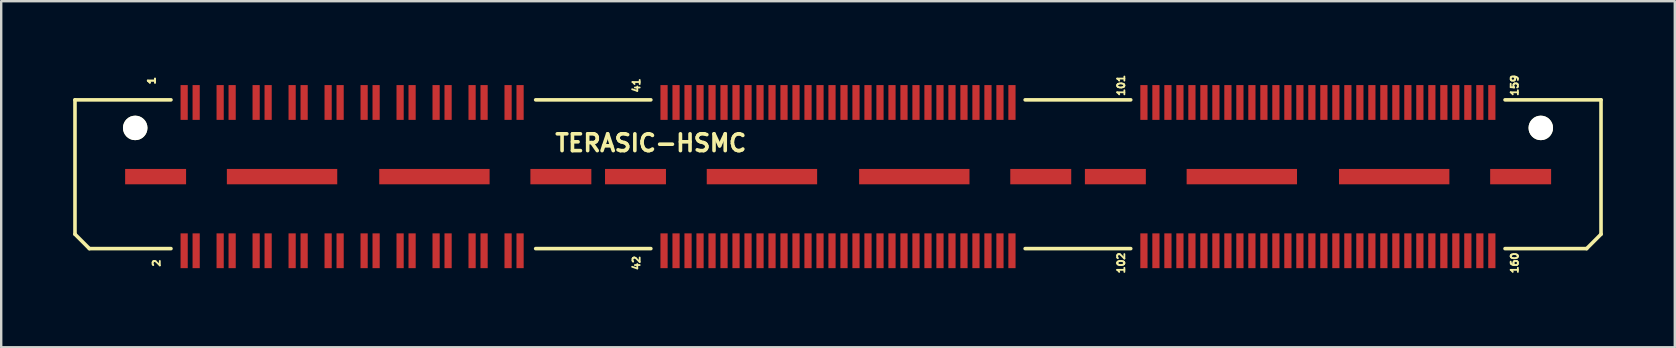
<source format=kicad_pcb>
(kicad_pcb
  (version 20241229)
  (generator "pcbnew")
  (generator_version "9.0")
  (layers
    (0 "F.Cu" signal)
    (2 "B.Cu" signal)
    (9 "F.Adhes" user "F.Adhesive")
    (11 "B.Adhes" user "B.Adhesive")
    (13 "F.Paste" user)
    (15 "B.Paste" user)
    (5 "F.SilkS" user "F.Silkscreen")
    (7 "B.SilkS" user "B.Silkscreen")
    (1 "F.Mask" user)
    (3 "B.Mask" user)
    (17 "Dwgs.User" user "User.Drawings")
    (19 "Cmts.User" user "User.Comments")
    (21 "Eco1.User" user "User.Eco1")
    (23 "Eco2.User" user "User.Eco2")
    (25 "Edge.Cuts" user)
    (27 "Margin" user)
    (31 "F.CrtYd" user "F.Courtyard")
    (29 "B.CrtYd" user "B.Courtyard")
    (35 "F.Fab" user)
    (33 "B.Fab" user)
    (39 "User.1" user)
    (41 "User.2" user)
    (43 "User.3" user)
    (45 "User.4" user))
  (footprint "TERASIC-HSMC"
    (layer "F.Cu")
    (at 31.875 4.311)
    (property "Reference" "TERASIC-HSMC" (at -7.8 -1.4 0) (layer "F.SilkS") (effects (font (size 0.7 0.7) (thickness 0.15))))
    (attr through_hole)
    (fp_line (start -31.8 -3.2) (end -31.8 2.4) (stroke (width 0.15) (type solid)) (layer "F.SilkS"))
    (fp_line (start -31.8 2.4) (end -31.2 3) (stroke (width 0.15) (type solid)) (layer "F.SilkS"))
    (fp_line (start -31.2 3) (end -27.8 3) (stroke (width 0.15) (type solid)) (layer "F.SilkS"))
    (fp_line (start -27.8 -3.2) (end -31.8 -3.2) (stroke (width 0.15) (type solid)) (layer "F.SilkS"))
    (fp_line (start -12.6 3) (end -7.8 3) (stroke (width 0.15) (type solid)) (layer "F.SilkS"))
    (fp_line (start -7.8 -3.2) (end -12.6 -3.2) (stroke (width 0.15) (type solid)) (layer "F.SilkS"))
    (fp_line (start 7.8 -3.2) (end 12.2 -3.2) (stroke (width 0.15) (type solid)) (layer "F.SilkS"))
    (fp_line (start 7.8 3) (end 12.2 3) (stroke (width 0.15) (type solid)) (layer "F.SilkS"))
    (fp_line (start 27.8 -3.2) (end 31.8 -3.2) (stroke (width 0.15) (type solid)) (layer "F.SilkS"))
    (fp_line (start 31.2 3) (end 27.8 3) (stroke (width 0.15) (type solid)) (layer "F.SilkS"))
    (fp_line (start 31.8 -3.2) (end 31.8 2.4) (stroke (width 0.15) (type solid)) (layer "F.SilkS"))
    (fp_line (start 31.8 2.4) (end 31.2 3) (stroke (width 0.15) (type solid)) (layer "F.SilkS"))
    (fp_text user "1" (at -28.6 -4 90) (layer "F.SilkS") (effects (font (size 0.3 0.3) (thickness 0.075))))
    (fp_text user "41" (at -8.4 -3.8 90) (layer "F.SilkS") (effects (font (size 0.3 0.3) (thickness 0.075))))
    (fp_text user "2" (at -28.4 3.6 90) (layer "F.SilkS") (effects (font (size 0.3 0.3) (thickness 0.075))))
    (fp_text user "102" (at 11.8 3.6 90) (layer "F.SilkS") (effects (font (size 0.3 0.3) (thickness 0.075))))
    (fp_text user "1" (at -28.6 -4 90) (layer "F.SilkS") (effects (font (size 0.3 0.3) (thickness 0.075))))
    (fp_text user "160" (at 28.2 3.6 90) (layer "F.SilkS") (effects (font (size 0.3 0.3) (thickness 0.075))))
    (fp_text user "101" (at 11.8 -3.8 90) (layer "F.SilkS") (effects (font (size 0.3 0.3) (thickness 0.075))))
    (fp_text user "159" (at 28.2 -3.8 90) (layer "F.SilkS") (effects (font (size 0.3 0.3) (thickness 0.075))))
    (fp_text user "42" (at -8.4 3.6 90) (layer "F.SilkS") (effects (font (size 0.3 0.3) (thickness 0.075))))
    (pad "" np_thru_hole circle (at -29.29 -2.03) (size 1.02 1.02) (drill 1.02) (layers "*.Cu" "*.Mask" "F.SilkS"))
    (pad "" np_thru_hole circle (at 29.29 -2.03) (size 1.02 1.02) (drill 1.02) (layers "*.Cu" "*.Mask" "F.SilkS"))
    (pad "1" smd rect (at -27.25 -3.09) (size 0.3 1.45) (layers "F.Cu" "F.Mask" "F.Paste"))
    (pad "2" smd rect (at -27.25 3.09) (size 0.3 1.45) (layers "F.Cu" "F.Mask" "F.Paste"))
    (pad "3" smd rect (at -26.75 -3.09) (size 0.3 1.45) (layers "F.Cu" "F.Mask" "F.Paste"))
    (pad "4" smd rect (at -26.75 3.09) (size 0.3 1.45) (layers "F.Cu" "F.Mask" "F.Paste"))
    (pad "5" smd rect (at -25.75 -3.09) (size 0.3 1.45) (layers "F.Cu" "F.Mask" "F.Paste"))
    (pad "6" smd rect (at -25.75 3.09) (size 0.3 1.45) (layers "F.Cu" "F.Mask" "F.Paste"))
    (pad "7" smd rect (at -25.25 -3.09) (size 0.3 1.45) (layers "F.Cu" "F.Mask" "F.Paste"))
    (pad "8" smd rect (at -25.25 3.09) (size 0.3 1.45) (layers "F.Cu" "F.Mask" "F.Paste"))
    (pad "9" smd rect (at -24.25 -3.09) (size 0.3 1.45) (layers "F.Cu" "F.Mask" "F.Paste"))
    (pad "10" smd rect (at -24.25 3.09) (size 0.3 1.45) (layers "F.Cu" "F.Mask" "F.Paste"))
    (pad "11" smd rect (at -23.75 -3.09) (size 0.3 1.45) (layers "F.Cu" "F.Mask" "F.Paste"))
    (pad "12" smd rect (at -23.75 3.09) (size 0.3 1.45) (layers "F.Cu" "F.Mask" "F.Paste"))
    (pad "13" smd rect (at -22.75 -3.09) (size 0.3 1.45) (layers "F.Cu" "F.Mask" "F.Paste"))
    (pad "14" smd rect (at -22.75 3.09) (size 0.3 1.45) (layers "F.Cu" "F.Mask" "F.Paste"))
    (pad "15" smd rect (at -22.25 -3.09) (size 0.3 1.45) (layers "F.Cu" "F.Mask" "F.Paste"))
    (pad "16" smd rect (at -22.25 3.09) (size 0.3 1.45) (layers "F.Cu" "F.Mask" "F.Paste"))
    (pad "17" smd rect (at -21.25 -3.09) (size 0.3 1.45) (layers "F.Cu" "F.Mask" "F.Paste"))
    (pad "18" smd rect (at -21.25 3.09) (size 0.3 1.45) (layers "F.Cu" "F.Mask" "F.Paste"))
    (pad "19" smd rect (at -20.75 -3.09) (size 0.3 1.45) (layers "F.Cu" "F.Mask" "F.Paste"))
    (pad "20" smd rect (at -20.75 3.09) (size 0.3 1.45) (layers "F.Cu" "F.Mask" "F.Paste"))
    (pad "21" smd rect (at -19.75 -3.09) (size 0.3 1.45) (layers "F.Cu" "F.Mask" "F.Paste"))
    (pad "22" smd rect (at -19.75 3.09) (size 0.3 1.45) (layers "F.Cu" "F.Mask" "F.Paste"))
    (pad "23" smd rect (at -19.25 -3.09) (size 0.3 1.45) (layers "F.Cu" "F.Mask" "F.Paste"))
    (pad "24" smd rect (at -19.25 3.09) (size 0.3 1.45) (layers "F.Cu" "F.Mask" "F.Paste"))
    (pad "25" smd rect (at -18.25 -3.09) (size 0.3 1.45) (layers "F.Cu" "F.Mask" "F.Paste"))
    (pad "26" smd rect (at -18.25 3.09) (size 0.3 1.45) (layers "F.Cu" "F.Mask" "F.Paste"))
    (pad "27" smd rect (at -17.75 -3.09) (size 0.3 1.45) (layers "F.Cu" "F.Mask" "F.Paste"))
    (pad "28" smd rect (at -17.75 3.09) (size 0.3 1.45) (layers "F.Cu" "F.Mask" "F.Paste"))
    (pad "29" smd rect (at -16.75 -3.09) (size 0.3 1.45) (layers "F.Cu" "F.Mask" "F.Paste"))
    (pad "30" smd rect (at -16.75 3.09) (size 0.3 1.45) (layers "F.Cu" "F.Mask" "F.Paste"))
    (pad "31" smd rect (at -16.25 -3.09) (size 0.3 1.45) (layers "F.Cu" "F.Mask" "F.Paste"))
    (pad "32" smd rect (at -16.25 3.09) (size 0.3 1.45) (layers "F.Cu" "F.Mask" "F.Paste"))
    (pad "33" smd rect (at -15.25 -3.09) (size 0.3 1.45) (layers "F.Cu" "F.Mask" "F.Paste"))
    (pad "34" smd rect (at -15.25 3.09) (size 0.3 1.45) (layers "F.Cu" "F.Mask" "F.Paste"))
    (pad "35" smd rect (at -14.75 -3.09) (size 0.3 1.45) (layers "F.Cu" "F.Mask" "F.Paste"))
    (pad "36" smd rect (at -14.75 3.09) (size 0.3 1.45) (layers "F.Cu" "F.Mask" "F.Paste"))
    (pad "37" smd rect (at -13.75 -3.09) (size 0.3 1.45) (layers "F.Cu" "F.Mask" "F.Paste"))
    (pad "38" smd rect (at -13.75 3.09) (size 0.3 1.45) (layers "F.Cu" "F.Mask" "F.Paste"))
    (pad "39" smd rect (at -13.25 -3.09) (size 0.3 1.45) (layers "F.Cu" "F.Mask" "F.Paste"))
    (pad "40" smd rect (at -13.25 3.09) (size 0.3 1.45) (layers "F.Cu" "F.Mask" "F.Paste"))
    (pad "41" smd rect (at -7.25 -3.09) (size 0.3 1.45) (layers "F.Cu" "F.Mask" "F.Paste"))
    (pad "42" smd rect (at -7.25 3.09) (size 0.3 1.45) (layers "F.Cu" "F.Mask" "F.Paste"))
    (pad "43" smd rect (at -6.75 -3.09) (size 0.3 1.45) (layers "F.Cu" "F.Mask" "F.Paste"))
    (pad "44" smd rect (at -6.75 3.09) (size 0.3 1.45) (layers "F.Cu" "F.Mask" "F.Paste"))
    (pad "45" smd rect (at -6.25 -3.09) (size 0.3 1.45) (layers "F.Cu" "F.Mask" "F.Paste"))
    (pad "46" smd rect (at -6.25 3.09) (size 0.3 1.45) (layers "F.Cu" "F.Mask" "F.Paste"))
    (pad "47" smd rect (at -5.75 -3.09) (size 0.3 1.45) (layers "F.Cu" "F.Mask" "F.Paste"))
    (pad "48" smd rect (at -5.75 3.09) (size 0.3 1.45) (layers "F.Cu" "F.Mask" "F.Paste"))
    (pad "49" smd rect (at -5.25 -3.09) (size 0.3 1.45) (layers "F.Cu" "F.Mask" "F.Paste"))
    (pad "50" smd rect (at -5.25 3.09) (size 0.3 1.45) (layers "F.Cu" "F.Mask" "F.Paste"))
    (pad "51" smd rect (at -4.75 -3.09) (size 0.3 1.45) (layers "F.Cu" "F.Mask" "F.Paste"))
    (pad "52" smd rect (at -4.75 3.09) (size 0.3 1.45) (layers "F.Cu" "F.Mask" "F.Paste"))
    (pad "53" smd rect (at -4.25 -3.09) (size 0.3 1.45) (layers "F.Cu" "F.Mask" "F.Paste"))
    (pad "54" smd rect (at -4.25 3.09) (size 0.3 1.45) (layers "F.Cu" "F.Mask" "F.Paste"))
    (pad "55" smd rect (at -3.75 -3.09) (size 0.3 1.45) (layers "F.Cu" "F.Mask" "F.Paste"))
    (pad "56" smd rect (at -3.75 3.09) (size 0.3 1.45) (layers "F.Cu" "F.Mask" "F.Paste"))
    (pad "57" smd rect (at -3.25 -3.09) (size 0.3 1.45) (layers "F.Cu" "F.Mask" "F.Paste"))
    (pad "58" smd rect (at -3.25 3.09) (size 0.3 1.45) (layers "F.Cu" "F.Mask" "F.Paste"))
    (pad "59" smd rect (at -2.75 -3.09) (size 0.3 1.45) (layers "F.Cu" "F.Mask" "F.Paste"))
    (pad "60" smd rect (at -2.75 3.09) (size 0.3 1.45) (layers "F.Cu" "F.Mask" "F.Paste"))
    (pad "61" smd rect (at -2.25 -3.09) (size 0.3 1.45) (layers "F.Cu" "F.Mask" "F.Paste"))
    (pad "62" smd rect (at -2.25 3.09) (size 0.3 1.45) (layers "F.Cu" "F.Mask" "F.Paste"))
    (pad "63" smd rect (at -1.75 -3.09) (size 0.3 1.45) (layers "F.Cu" "F.Mask" "F.Paste"))
    (pad "64" smd rect (at -1.75 3.09) (size 0.3 1.45) (layers "F.Cu" "F.Mask" "F.Paste"))
    (pad "65" smd rect (at -1.25 -3.09) (size 0.3 1.45) (layers "F.Cu" "F.Mask" "F.Paste"))
    (pad "66" smd rect (at -1.25 3.09) (size 0.3 1.45) (layers "F.Cu" "F.Mask" "F.Paste"))
    (pad "67" smd rect (at -0.75 -3.09) (size 0.3 1.45) (layers "F.Cu" "F.Mask" "F.Paste"))
    (pad "68" smd rect (at -0.75 3.09) (size 0.3 1.45) (layers "F.Cu" "F.Mask" "F.Paste"))
    (pad "69" smd rect (at -0.25 -3.09) (size 0.3 1.45) (layers "F.Cu" "F.Mask" "F.Paste"))
    (pad "70" smd rect (at -0.25 3.09) (size 0.3 1.45) (layers "F.Cu" "F.Mask" "F.Paste"))
    (pad "71" smd rect (at 0.25 -3.09) (size 0.3 1.45) (layers "F.Cu" "F.Mask" "F.Paste"))
    (pad "72" smd rect (at 0.25 3.09) (size 0.3 1.45) (layers "F.Cu" "F.Mask" "F.Paste"))
    (pad "73" smd rect (at 0.75 -3.09) (size 0.3 1.45) (layers "F.Cu" "F.Mask" "F.Paste"))
    (pad "74" smd rect (at 0.75 3.09) (size 0.3 1.45) (layers "F.Cu" "F.Mask" "F.Paste"))
    (pad "75" smd rect (at 1.25 -3.09) (size 0.3 1.45) (layers "F.Cu" "F.Mask" "F.Paste"))
    (pad "76" smd rect (at 1.25 3.09) (size 0.3 1.45) (layers "F.Cu" "F.Mask" "F.Paste"))
    (pad "77" smd rect (at 1.75 -3.09) (size 0.3 1.45) (layers "F.Cu" "F.Mask" "F.Paste"))
    (pad "78" smd rect (at 1.75 3.09) (size 0.3 1.45) (layers "F.Cu" "F.Mask" "F.Paste"))
    (pad "79" smd rect (at 2.25 -3.09) (size 0.3 1.45) (layers "F.Cu" "F.Mask" "F.Paste"))
    (pad "80" smd rect (at 2.25 3.09) (size 0.3 1.45) (layers "F.Cu" "F.Mask" "F.Paste"))
    (pad "81" smd rect (at 2.75 -3.09) (size 0.3 1.45) (layers "F.Cu" "F.Mask" "F.Paste"))
    (pad "82" smd rect (at 2.75 3.09) (size 0.3 1.45) (layers "F.Cu" "F.Mask" "F.Paste"))
    (pad "83" smd rect (at 3.25 -3.09) (size 0.3 1.45) (layers "F.Cu" "F.Mask" "F.Paste"))
    (pad "84" smd rect (at 3.25 3.09) (size 0.3 1.45) (layers "F.Cu" "F.Mask" "F.Paste"))
    (pad "85" smd rect (at 3.75 -3.09) (size 0.3 1.45) (layers "F.Cu" "F.Mask" "F.Paste"))
    (pad "86" smd rect (at 3.75 3.09) (size 0.3 1.45) (layers "F.Cu" "F.Mask" "F.Paste"))
    (pad "87" smd rect (at 4.25 -3.09) (size 0.3 1.45) (layers "F.Cu" "F.Mask" "F.Paste"))
    (pad "88" smd rect (at 4.25 3.09) (size 0.3 1.45) (layers "F.Cu" "F.Mask" "F.Paste"))
    (pad "89" smd rect (at 4.75 -3.09) (size 0.3 1.45) (layers "F.Cu" "F.Mask" "F.Paste"))
    (pad "90" smd rect (at 4.75 3.09) (size 0.3 1.45) (layers "F.Cu" "F.Mask" "F.Paste"))
    (pad "91" smd rect (at 5.25 -3.09) (size 0.3 1.45) (layers "F.Cu" "F.Mask" "F.Paste"))
    (pad "92" smd rect (at 5.25 3.09) (size 0.3 1.45) (layers "F.Cu" "F.Mask" "F.Paste"))
    (pad "93" smd rect (at 5.75 -3.09) (size 0.3 1.45) (layers "F.Cu" "F.Mask" "F.Paste"))
    (pad "94" smd rect (at 5.75 3.09) (size 0.3 1.45) (layers "F.Cu" "F.Mask" "F.Paste"))
    (pad "95" smd rect (at 6.25 -3.09) (size 0.3 1.45) (layers "F.Cu" "F.Mask" "F.Paste"))
    (pad "96" smd rect (at 6.25 3.09) (size 0.3 1.45) (layers "F.Cu" "F.Mask" "F.Paste"))
    (pad "97" smd rect (at 6.75 -3.09) (size 0.3 1.45) (layers "F.Cu" "F.Mask" "F.Paste"))
    (pad "98" smd rect (at 6.75 3.09) (size 0.3 1.45) (layers "F.Cu" "F.Mask" "F.Paste"))
    (pad "99" smd rect (at 7.25 -3.09) (size 0.3 1.45) (layers "F.Cu" "F.Mask" "F.Paste"))
    (pad "100" smd rect (at 7.25 3.09) (size 0.3 1.45) (layers "F.Cu" "F.Mask" "F.Paste"))
    (pad "101" smd rect (at 12.75 -3.09) (size 0.3 1.45) (layers "F.Cu" "F.Mask" "F.Paste"))
    (pad "102" smd rect (at 12.75 3.09) (size 0.3 1.45) (layers "F.Cu" "F.Mask" "F.Paste"))
    (pad "103" smd rect (at 13.25 -3.09) (size 0.3 1.45) (layers "F.Cu" "F.Mask" "F.Paste"))
    (pad "104" smd rect (at 13.25 3.09) (size 0.3 1.45) (layers "F.Cu" "F.Mask" "F.Paste"))
    (pad "105" smd rect (at 13.75 -3.09) (size 0.3 1.45) (layers "F.Cu" "F.Mask" "F.Paste"))
    (pad "106" smd rect (at 13.75 3.09) (size 0.3 1.45) (layers "F.Cu" "F.Mask" "F.Paste"))
    (pad "107" smd rect (at 14.25 -3.09) (size 0.3 1.45) (layers "F.Cu" "F.Mask" "F.Paste"))
    (pad "108" smd rect (at 14.25 3.09) (size 0.3 1.45) (layers "F.Cu" "F.Mask" "F.Paste"))
    (pad "109" smd rect (at 14.75 -3.09) (size 0.3 1.45) (layers "F.Cu" "F.Mask" "F.Paste"))
    (pad "110" smd rect (at 14.75 3.09) (size 0.3 1.45) (layers "F.Cu" "F.Mask" "F.Paste"))
    (pad "111" smd rect (at 15.25 -3.09) (size 0.3 1.45) (layers "F.Cu" "F.Mask" "F.Paste"))
    (pad "112" smd rect (at 15.25 3.09) (size 0.3 1.45) (layers "F.Cu" "F.Mask" "F.Paste"))
    (pad "113" smd rect (at 15.75 -3.09) (size 0.3 1.45) (layers "F.Cu" "F.Mask" "F.Paste"))
    (pad "114" smd rect (at 15.75 3.09) (size 0.3 1.45) (layers "F.Cu" "F.Mask" "F.Paste"))
    (pad "115" smd rect (at 16.25 -3.09) (size 0.3 1.45) (layers "F.Cu" "F.Mask" "F.Paste"))
    (pad "116" smd rect (at 16.25 3.09) (size 0.3 1.45) (layers "F.Cu" "F.Mask" "F.Paste"))
    (pad "117" smd rect (at 16.75 -3.09) (size 0.3 1.45) (layers "F.Cu" "F.Mask" "F.Paste"))
    (pad "118" smd rect (at 16.75 3.09) (size 0.3 1.45) (layers "F.Cu" "F.Mask" "F.Paste"))
    (pad "119" smd rect (at 17.25 -3.09) (size 0.3 1.45) (layers "F.Cu" "F.Mask" "F.Paste"))
    (pad "120" smd rect (at 17.25 3.09) (size 0.3 1.45) (layers "F.Cu" "F.Mask" "F.Paste"))
    (pad "121" smd rect (at 17.75 -3.09) (size 0.3 1.45) (layers "F.Cu" "F.Mask" "F.Paste"))
    (pad "122" smd rect (at 17.75 3.09) (size 0.3 1.45) (layers "F.Cu" "F.Mask" "F.Paste"))
    (pad "123" smd rect (at 18.25 -3.09) (size 0.3 1.45) (layers "F.Cu" "F.Mask" "F.Paste"))
    (pad "124" smd rect (at 18.25 3.09) (size 0.3 1.45) (layers "F.Cu" "F.Mask" "F.Paste"))
    (pad "125" smd rect (at 18.75 -3.09) (size 0.3 1.45) (layers "F.Cu" "F.Mask" "F.Paste"))
    (pad "126" smd rect (at 18.75 3.09) (size 0.3 1.45) (layers "F.Cu" "F.Mask" "F.Paste"))
    (pad "127" smd rect (at 19.25 -3.09) (size 0.3 1.45) (layers "F.Cu" "F.Mask" "F.Paste"))
    (pad "128" smd rect (at 19.25 3.09) (size 0.3 1.45) (layers "F.Cu" "F.Mask" "F.Paste"))
    (pad "129" smd rect (at 19.75 -3.09) (size 0.3 1.45) (layers "F.Cu" "F.Mask" "F.Paste"))
    (pad "130" smd rect (at 19.75 3.09) (size 0.3 1.45) (layers "F.Cu" "F.Mask" "F.Paste"))
    (pad "131" smd rect (at 20.25 -3.09) (size 0.3 1.45) (layers "F.Cu" "F.Mask" "F.Paste"))
    (pad "132" smd rect (at 20.25 3.09) (size 0.3 1.45) (layers "F.Cu" "F.Mask" "F.Paste"))
    (pad "133" smd rect (at 20.75 -3.09) (size 0.3 1.45) (layers "F.Cu" "F.Mask" "F.Paste"))
    (pad "134" smd rect (at 20.75 3.09) (size 0.3 1.45) (layers "F.Cu" "F.Mask" "F.Paste"))
    (pad "135" smd rect (at 21.25 -3.09) (size 0.3 1.45) (layers "F.Cu" "F.Mask" "F.Paste"))
    (pad "136" smd rect (at 21.25 3.09) (size 0.3 1.45) (layers "F.Cu" "F.Mask" "F.Paste"))
    (pad "137" smd rect (at 21.75 -3.09) (size 0.3 1.45) (layers "F.Cu" "F.Mask" "F.Paste"))
    (pad "138" smd rect (at 21.75 3.09) (size 0.3 1.45) (layers "F.Cu" "F.Mask" "F.Paste"))
    (pad "139" smd rect (at 22.25 -3.09) (size 0.3 1.45) (layers "F.Cu" "F.Mask" "F.Paste"))
    (pad "140" smd rect (at 22.25 3.09) (size 0.3 1.45) (layers "F.Cu" "F.Mask" "F.Paste"))
    (pad "141" smd rect (at 22.75 -3.09) (size 0.3 1.45) (layers "F.Cu" "F.Mask" "F.Paste"))
    (pad "142" smd rect (at 22.75 3.09) (size 0.3 1.45) (layers "F.Cu" "F.Mask" "F.Paste"))
    (pad "143" smd rect (at 23.25 -3.09) (size 0.3 1.45) (layers "F.Cu" "F.Mask" "F.Paste"))
    (pad "144" smd rect (at 23.25 3.09) (size 0.3 1.45) (layers "F.Cu" "F.Mask" "F.Paste"))
    (pad "145" smd rect (at 23.75 -3.09) (size 0.3 1.45) (layers "F.Cu" "F.Mask" "F.Paste"))
    (pad "146" smd rect (at 23.75 3.09) (size 0.3 1.45) (layers "F.Cu" "F.Mask" "F.Paste"))
    (pad "147" smd rect (at 24.25 -3.09) (size 0.3 1.45) (layers "F.Cu" "F.Mask" "F.Paste"))
    (pad "148" smd rect (at 24.25 3.09) (size 0.3 1.45) (layers "F.Cu" "F.Mask" "F.Paste"))
    (pad "149" smd rect (at 24.75 -3.09) (size 0.3 1.45) (layers "F.Cu" "F.Mask" "F.Paste"))
    (pad "150" smd rect (at 24.75 3.09) (size 0.3 1.45) (layers "F.Cu" "F.Mask" "F.Paste"))
    (pad "151" smd rect (at 25.25 -3.09) (size 0.3 1.45) (layers "F.Cu" "F.Mask" "F.Paste"))
    (pad "152" smd rect (at 25.25 3.09) (size 0.3 1.45) (layers "F.Cu" "F.Mask" "F.Paste"))
    (pad "153" smd rect (at 25.75 -3.09) (size 0.3 1.45) (layers "F.Cu" "F.Mask" "F.Paste"))
    (pad "154" smd rect (at 25.75 3.09) (size 0.3 1.45) (layers "F.Cu" "F.Mask" "F.Paste"))
    (pad "155" smd rect (at 26.25 -3.09) (size 0.3 1.45) (layers "F.Cu" "F.Mask" "F.Paste"))
    (pad "156" smd rect (at 26.25 3.09) (size 0.3 1.45) (layers "F.Cu" "F.Mask" "F.Paste"))
    (pad "157" smd rect (at 26.75 -3.09) (size 0.3 1.45) (layers "F.Cu" "F.Mask" "F.Paste"))
    (pad "158" smd rect (at 26.75 3.09) (size 0.3 1.45) (layers "F.Cu" "F.Mask" "F.Paste"))
    (pad "159" smd rect (at 27.25 -3.09) (size 0.3 1.45) (layers "F.Cu" "F.Mask" "F.Paste"))
    (pad "160" smd rect (at 27.25 3.09) (size 0.3 1.45) (layers "F.Cu" "F.Mask" "F.Paste"))
    (pad "161" smd rect (at -28.44 0) (size 2.54 0.64) (layers "F.Cu" "F.Mask" "F.Paste"))
    (pad "162" smd rect (at -23.17 0) (size 4.6 0.64) (layers "F.Cu" "F.Mask" "F.Paste"))
    (pad "163" smd rect (at -16.82 0) (size 4.6 0.64) (layers "F.Cu" "F.Mask" "F.Paste"))
    (pad "164" smd rect (at -11.55 0) (size 2.54 0.64) (layers "F.Cu" "F.Mask" "F.Paste"))
    (pad "165" smd rect (at -8.44 0) (size 2.54 0.64) (layers "F.Cu" "F.Mask" "F.Paste"))
    (pad "166" smd rect (at -3.17 0) (size 4.6 0.64) (layers "F.Cu" "F.Mask" "F.Paste"))
    (pad "167" smd rect (at 3.18 0) (size 4.6 0.64) (layers "F.Cu" "F.Mask" "F.Paste"))
    (pad "168" smd rect (at 8.45 0) (size 2.54 0.64) (layers "F.Cu" "F.Mask" "F.Paste"))
    (pad "169" smd rect (at 11.56 0) (size 2.54 0.64) (layers "F.Cu" "F.Mask" "F.Paste"))
    (pad "170" smd rect (at 16.83 0) (size 4.6 0.64) (layers "F.Cu" "F.Mask" "F.Paste"))
    (pad "171" smd rect (at 23.18 0) (size 4.6 0.64) (layers "F.Cu" "F.Mask" "F.Paste"))
    (pad "172" smd rect (at 28.45 0) (size 2.54 0.64) (layers "F.Cu" "F.Mask" "F.Paste")))
  (gr_rect
    (start -3 -3)
    (end 66.75 11.422)
    (stroke (width 0.1) (type default))
    (fill no)
    (layer "Edge.Cuts")))
</source>
